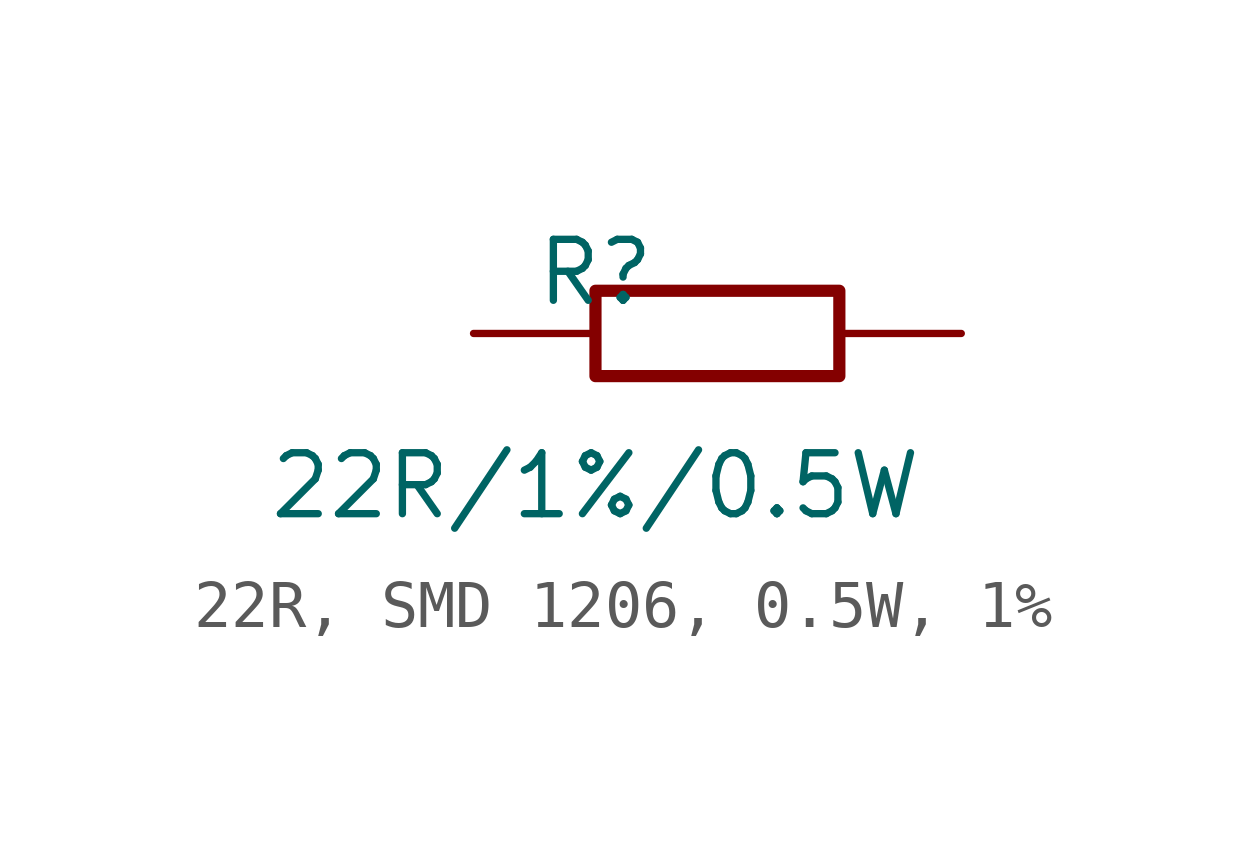
<source format=kicad_sym>
(kicad_symbol_lib
  (version 20241209)
  (generator "kicad_symbol_editor")
  (generator_version "9.0")
  (symbol "22R, SMD 1206, 0.5W, 1%"
    (pin_numbers
      (hide yes))
    (pin_names
      (offset 0)
      (hide yes))
    (property "Reference" "R"
      (at -2.54 1.27 0)
      (effects (font (size 1.27 1.27))))
    (property "Value" "22R/1%/0.5W"
      (at -2.54 -3.175 0)
      (effects (font (size 1.27 1.27))))
    (symbol "22R, SMD 1206, 0.5W, 1%_0_1"
      (rectangle (start -2.54 0.889) (end 2.54 -0.889) (stroke (width 0.254) (type default)) (fill (type none))))
    (symbol "22R, SMD 1206, 0.5W, 1%_1_1"
      (pin passive line (at -5.08 0 0) (length 2.54) (name "1" (effects (font (size 1.27 1.27)))) (number "1" (effects (font (size 1.27 1.27)))))
      (pin passive line (at 5.08 0 180) (length 2.54) (name "2" (effects (font (size 1.27 1.27)))) (number "2" (effects (font (size 1.27 1.27))))))))
</source>
